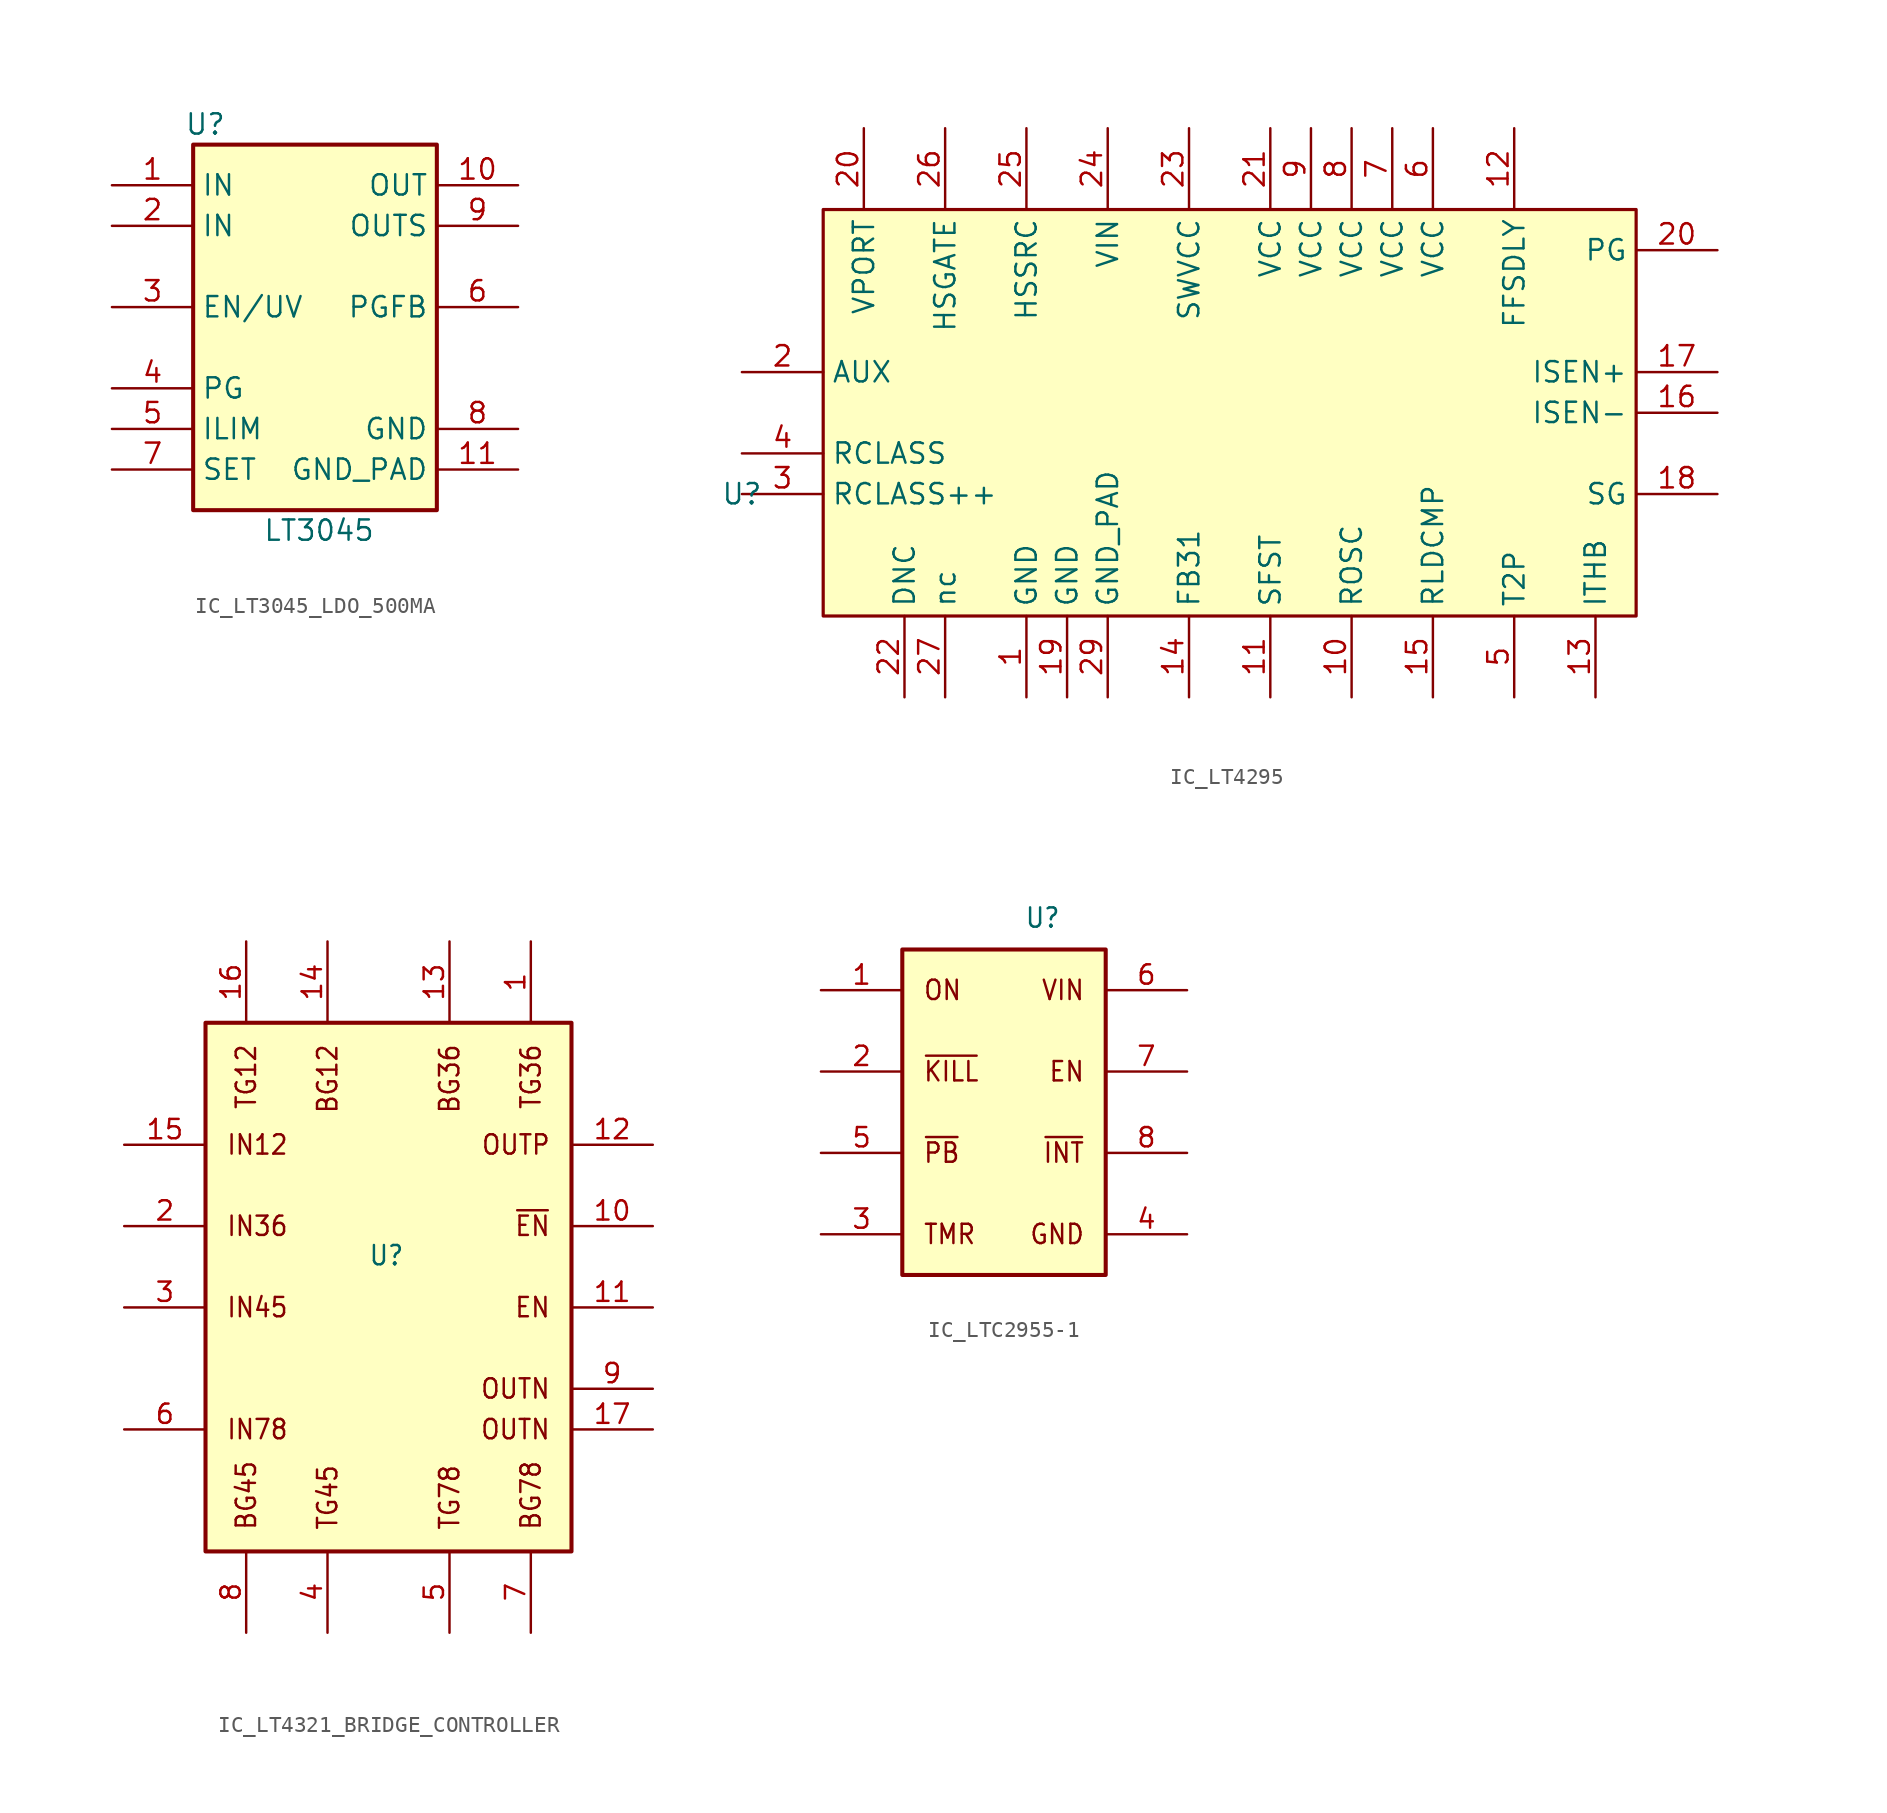
<source format=kicad_sym>
(kicad_symbol_lib
  (version 20231120)
  (generator "kicad_symbol_editor")
  (generator_version "8.0")
  (symbol "IC_LT3045_LDO_500MA"
    (property "Reference" "U"
      (at 5.842 21.59 0)
      (effects (font (size 1.27 1.27))))
    (property "Value" "LT3045"
      (at 12.954 -3.81 0)
      (effects (font (size 1.27 1.27))))
    (symbol "IC_LT3045_LDO_500MA_0_1"
      (rectangle (start 5.08 20.32) (end 20.32 -2.54) (stroke (width 0.254) (type default)) (fill (type background))))
    (symbol "IC_LT3045_LDO_500MA_1_1"
      (pin power_in line (at 0 17.78 0) (length 5.08) (name "IN" (effects (font (size 1.27 1.27)))) (number "1" (effects (font (size 1.27 1.27)))))
      (pin passive line (at 25.4 17.78 180) (length 5.08) (name "OUT" (effects (font (size 1.27 1.27)))) (number "10" (effects (font (size 1.27 1.27)))))
      (pin power_in line (at 25.4 0 180) (length 5.08) (name "GND_PAD" (effects (font (size 1.27 1.27)))) (number "11" (effects (font (size 1.27 1.27)))))
      (pin power_in line (at 0 15.24 0) (length 5.08) (name "IN" (effects (font (size 1.27 1.27)))) (number "2" (effects (font (size 1.27 1.27)))))
      (pin passive line (at 0 10.16 0) (length 5.08) (name "EN/UV" (effects (font (size 1.27 1.27)))) (number "3" (effects (font (size 1.27 1.27)))))
      (pin passive line (at 0 5.08 0) (length 5.08) (name "PG" (effects (font (size 1.27 1.27)))) (number "4" (effects (font (size 1.27 1.27)))))
      (pin passive line (at 0 2.54 0) (length 5.08) (name "ILIM" (effects (font (size 1.27 1.27)))) (number "5" (effects (font (size 1.27 1.27)))))
      (pin passive line (at 25.4 10.16 180) (length 5.08) (name "PGFB" (effects (font (size 1.27 1.27)))) (number "6" (effects (font (size 1.27 1.27)))))
      (pin passive line (at 0 0 0) (length 5.08) (name "SET" (effects (font (size 1.27 1.27)))) (number "7" (effects (font (size 1.27 1.27)))))
      (pin power_in line (at 25.4 2.54 180) (length 5.08) (name "GND" (effects (font (size 1.27 1.27)))) (number "8" (effects (font (size 1.27 1.27)))))
      (pin passive line (at 25.4 15.24 180) (length 5.08) (name "OUTS" (effects (font (size 1.27 1.27)))) (number "9" (effects (font (size 1.27 1.27)))))))
  (symbol "IC_LT4295"
    (property "Reference" "U"
      (at 0 0 0)
      (effects (font (size 1.27 1.27))))
    (property "Value" ""
      (at 30.48 5.08 0)
      (effects (font (size 1.27 1.27))))
    (symbol "IC_LT4295_1_1"
      (rectangle (start 5.08 17.78) (end 55.88 -7.62) (stroke (width 0.2) (type solid)) (fill (type background)))
      (pin passive line (at 17.78 -12.7 90) (length 5.08) (name "GND" (effects (font (size 1.27 1.27)))) (number "1" (effects (font (size 1.27 1.27)))))
      (pin passive line (at 38.1 -12.7 90) (length 5.08) (name "ROSC" (effects (font (size 1.27 1.27)))) (number "10" (effects (font (size 1.27 1.27)))))
      (pin passive line (at 33.02 -12.7 90) (length 5.08) (name "SFST" (effects (font (size 1.27 1.27)))) (number "11" (effects (font (size 1.27 1.27)))))
      (pin passive line (at 48.26 22.86 270) (length 5.08) (name "FFSDLY" (effects (font (size 1.27 1.27)))) (number "12" (effects (font (size 1.27 1.27)))))
      (pin passive line (at 53.34 -12.7 90) (length 5.08) (name "ITHB" (effects (font (size 1.27 1.27)))) (number "13" (effects (font (size 1.27 1.27)))))
      (pin passive line (at 27.94 -12.7 90) (length 5.08) (name "FB31" (effects (font (size 1.27 1.27)))) (number "14" (effects (font (size 1.27 1.27)))))
      (pin passive line (at 43.18 -12.7 90) (length 5.08) (name "RLDCMP" (effects (font (size 1.27 1.27)))) (number "15" (effects (font (size 1.27 1.27)))))
      (pin passive line (at 60.96 5.08 180) (length 5.08) (name "ISEN-" (effects (font (size 1.27 1.27)))) (number "16" (effects (font (size 1.27 1.27)))))
      (pin passive line (at 60.96 7.62 180) (length 5.08) (name "ISEN+" (effects (font (size 1.27 1.27)))) (number "17" (effects (font (size 1.27 1.27)))))
      (pin passive line (at 60.96 0 180) (length 5.08) (name "SG" (effects (font (size 1.27 1.27)))) (number "18" (effects (font (size 1.27 1.27)))))
      (pin passive line (at 20.32 -12.7 90) (length 5.08) (name "GND" (effects (font (size 1.27 1.27)))) (number "19" (effects (font (size 1.27 1.27)))))
      (pin passive line (at 0 7.62 0) (length 5.08) (name "AUX" (effects (font (size 1.27 1.27)))) (number "2" (effects (font (size 1.27 1.27)))))
      (pin passive line (at 60.96 15.24 180) (length 5.08) (name "PG" (effects (font (size 1.27 1.27)))) (number "20" (effects (font (size 1.27 1.27)))))
      (pin passive line (at 7.62 22.86 270) (length 5.08) (name "VPORT" (effects (font (size 1.27 1.27)))) (number "20" (effects (font (size 1.27 1.27)))))
      (pin passive line (at 33.02 22.86 270) (length 5.08) (name "VCC" (effects (font (size 1.27 1.27)))) (number "21" (effects (font (size 1.27 1.27)))))
      (pin passive line (at 10.16 -12.7 90) (length 5.08) (name "DNC" (effects (font (size 1.27 1.27)))) (number "22" (effects (font (size 1.27 1.27)))))
      (pin passive line (at 27.94 22.86 270) (length 5.08) (name "SWVCC" (effects (font (size 1.27 1.27)))) (number "23" (effects (font (size 1.27 1.27)))))
      (pin passive line (at 22.86 22.86 270) (length 5.08) (name "VIN" (effects (font (size 1.27 1.27)))) (number "24" (effects (font (size 1.27 1.27)))))
      (pin passive line (at 17.78 22.86 270) (length 5.08) (name "HSSRC" (effects (font (size 1.27 1.27)))) (number "25" (effects (font (size 1.27 1.27)))))
      (pin passive line (at 12.7 22.86 270) (length 5.08) (name "HSGATE" (effects (font (size 1.27 1.27)))) (number "26" (effects (font (size 1.27 1.27)))))
      (pin passive line (at 12.7 -12.7 90) (length 5.08) (name "nc" (effects (font (size 1.27 1.27)))) (number "27" (effects (font (size 1.27 1.27)))))
      (pin passive line (at 22.86 -12.7 90) (length 5.08) (name "GND_PAD" (effects (font (size 1.27 1.27)))) (number "29" (effects (font (size 1.27 1.27)))))
      (pin passive line (at 0 0 0) (length 5.08) (name "RCLASS++" (effects (font (size 1.27 1.27)))) (number "3" (effects (font (size 1.27 1.27)))))
      (pin passive line (at 0 2.54 0) (length 5.08) (name "RCLASS" (effects (font (size 1.27 1.27)))) (number "4" (effects (font (size 1.27 1.27)))))
      (pin passive line (at 48.26 -12.7 90) (length 5.08) (name "T2P" (effects (font (size 1.27 1.27)))) (number "5" (effects (font (size 1.27 1.27)))))
      (pin passive line (at 43.18 22.86 270) (length 5.08) (name "VCC" (effects (font (size 1.27 1.27)))) (number "6" (effects (font (size 1.27 1.27)))))
      (pin passive line (at 40.64 22.86 270) (length 5.08) (name "VCC" (effects (font (size 1.27 1.27)))) (number "7" (effects (font (size 1.27 1.27)))))
      (pin passive line (at 38.1 22.86 270) (length 5.08) (name "VCC" (effects (font (size 1.27 1.27)))) (number "8" (effects (font (size 1.27 1.27)))))
      (pin passive line (at 35.56 22.86 270) (length 5.08) (name "VCC" (effects (font (size 1.27 1.27)))) (number "9" (effects (font (size 1.27 1.27)))))))
  (symbol "IC_LT4321_BRIDGE_CONTROLLER"
    (property "Reference" "U"
      (at 15.24 10.16 0)
      (effects (font (size 1.206 1.092) (thickness 0.152)) (justify left bottom)))
    (property "Value" ""
      (at 0 0 0)
      (effects (font (size 1.092 1.092) (thickness 0.152)) (justify left bottom)))
    (symbol "IC_LT4321_BRIDGE_CONTROLLER_1_0"
      (polyline (pts (xy 5.08 -7.62) (xy 27.94 -7.62) (xy 27.94 25.4) (xy 5.08 25.4) (xy 5.08 -7.62)) (stroke (width 0.254) (type solid)) (fill (type background)))
      (text "BG12" (at 12.7 24.13 900) (effects (font (size 1.206 1.092) (thickness 0.152)) (justify right)))
      (text "BG36" (at 20.32 24.13 900) (effects (font (size 1.206 1.092) (thickness 0.152)) (justify right)))
      (text "BG45" (at 7.62 -6.35 900) (effects (font (size 1.206 1.092) (thickness 0.152)) (justify left)))
      (text "BG78" (at 25.4 -6.35 900) (effects (font (size 1.206 1.092) (thickness 0.152)) (justify left)))
      (text "EN" (at 26.67 7.62 0) (effects (font (size 1.206 1.092) (thickness 0.152)) (justify right)))
      (text "IN12" (at 6.35 17.78 0) (effects (font (size 1.206 1.092) (thickness 0.152)) (justify left)))
      (text "IN36" (at 6.35 12.7 0) (effects (font (size 1.206 1.092) (thickness 0.152)) (justify left)))
      (text "IN45" (at 6.35 7.62 0) (effects (font (size 1.206 1.092) (thickness 0.152)) (justify left)))
      (text "IN78" (at 6.35 0 0) (effects (font (size 1.206 1.092) (thickness 0.152)) (justify left)))
      (text "OUTN" (at 26.67 0 0) (effects (font (size 1.206 1.092) (thickness 0.152)) (justify right)))
      (text "OUTN" (at 26.67 2.54 0) (effects (font (size 1.206 1.092) (thickness 0.152)) (justify right)))
      (text "OUTP" (at 26.67 17.78 0) (effects (font (size 1.206 1.092) (thickness 0.152)) (justify right)))
      (text "TG12" (at 7.62 24.13 900) (effects (font (size 1.206 1.092) (thickness 0.152)) (justify right)))
      (text "TG36" (at 25.4 24.13 900) (effects (font (size 1.206 1.092) (thickness 0.152)) (justify right)))
      (text "TG45" (at 12.7 -6.35 900) (effects (font (size 1.206 1.092) (thickness 0.152)) (justify left)))
      (text "TG78" (at 20.32 -6.35 900) (effects (font (size 1.206 1.092) (thickness 0.152)) (justify left)))
      (text "~{EN}" (at 26.67 12.7 0) (effects (font (size 1.206 1.092) (thickness 0.152)) (justify right)))
      (pin passive line (at 25.4 30.48 270) (length 5.08) (name "" (effects (font (size 1.206 1.206)))) (number "1" (effects (font (size 1.206 1.206)))))
      (pin passive line (at 33.02 12.7 180) (length 5.08) (name "" (effects (font (size 1.206 1.206)))) (number "10" (effects (font (size 1.206 1.206)))))
      (pin passive line (at 33.02 7.62 180) (length 5.08) (name "" (effects (font (size 1.206 1.206)))) (number "11" (effects (font (size 1.206 1.206)))))
      (pin passive line (at 33.02 17.78 180) (length 5.08) (name "" (effects (font (size 1.206 1.206)))) (number "12" (effects (font (size 1.206 1.206)))))
      (pin passive line (at 20.32 30.48 270) (length 5.08) (name "" (effects (font (size 1.206 1.206)))) (number "13" (effects (font (size 1.206 1.206)))))
      (pin passive line (at 12.7 30.48 270) (length 5.08) (name "" (effects (font (size 1.206 1.206)))) (number "14" (effects (font (size 1.206 1.206)))))
      (pin passive line (at 0 17.78 0) (length 5.08) (name "" (effects (font (size 1.206 1.206)))) (number "15" (effects (font (size 1.206 1.206)))))
      (pin passive line (at 7.62 30.48 270) (length 5.08) (name "" (effects (font (size 1.206 1.206)))) (number "16" (effects (font (size 1.206 1.206)))))
      (pin passive line (at 33.02 0 180) (length 5.08) (name "" (effects (font (size 1.206 1.206)))) (number "17" (effects (font (size 1.206 1.206)))))
      (pin passive line (at 0 12.7 0) (length 5.08) (name "" (effects (font (size 1.206 1.206)))) (number "2" (effects (font (size 1.206 1.206)))))
      (pin passive line (at 0 7.62 0) (length 5.08) (name "" (effects (font (size 1.206 1.206)))) (number "3" (effects (font (size 1.206 1.206)))))
      (pin passive line (at 12.7 -12.7 90) (length 5.08) (name "" (effects (font (size 1.206 1.206)))) (number "4" (effects (font (size 1.206 1.206)))))
      (pin passive line (at 20.32 -12.7 90) (length 5.08) (name "" (effects (font (size 1.206 1.206)))) (number "5" (effects (font (size 1.206 1.206)))))
      (pin passive line (at 0 0 0) (length 5.08) (name "" (effects (font (size 1.206 1.206)))) (number "6" (effects (font (size 1.206 1.206)))))
      (pin passive line (at 25.4 -12.7 90) (length 5.08) (name "" (effects (font (size 1.206 1.206)))) (number "7" (effects (font (size 1.206 1.206)))))
      (pin passive line (at 7.62 -12.7 90) (length 5.08) (name "" (effects (font (size 1.206 1.206)))) (number "8" (effects (font (size 1.206 1.206)))))
      (pin passive line (at 33.02 2.54 180) (length 5.08) (name "" (effects (font (size 1.206 1.206)))) (number "9" (effects (font (size 1.206 1.206)))))))
  (symbol "IC_LTC2955-1"
    (property "Reference" "U"
      (at 12.7 19.05 0)
      (effects (font (size 1.206 1.092) (thickness 0.152)) (justify left bottom)))
    (property "Value" ""
      (at 0 0 0)
      (effects (font (size 1.092 1.092) (thickness 0.152)) (justify left bottom)))
    (symbol "IC_LTC2955-1_1_0"
      (polyline (pts (xy 5.08 -2.54) (xy 17.78 -2.54) (xy 17.78 17.78) (xy 5.08 17.78) (xy 5.08 -2.54)) (stroke (width 0.254) (type solid)) (fill (type background)))
      (text "EN" (at 16.51 10.16 0) (effects (font (size 1.206 1.092) (thickness 0.152)) (justify right)))
      (text "GND" (at 16.51 0 0) (effects (font (size 1.206 1.092) (thickness 0.152)) (justify right)))
      (text "ON" (at 6.35 15.24 0) (effects (font (size 1.206 1.092) (thickness 0.152)) (justify left)))
      (text "TMR" (at 6.35 0 0) (effects (font (size 1.206 1.092) (thickness 0.152)) (justify left)))
      (text "VIN" (at 16.51 15.24 0) (effects (font (size 1.206 1.092) (thickness 0.152)) (justify right)))
      (text "~{INT}" (at 16.51 5.08 0) (effects (font (size 1.206 1.092) (thickness 0.152)) (justify right)))
      (text "~{KILL}" (at 6.35 10.16 0) (effects (font (size 1.206 1.092) (thickness 0.152)) (justify left)))
      (text "~{PB}" (at 6.35 5.08 0) (effects (font (size 1.206 1.092) (thickness 0.152)) (justify left)))
      (pin passive line (at 0 15.24 0) (length 5.08) (name "" (effects (font (size 1.206 1.206)))) (number "1" (effects (font (size 1.206 1.206)))))
      (pin passive line (at 0 10.16 0) (length 5.08) (name "" (effects (font (size 1.206 1.206)))) (number "2" (effects (font (size 1.206 1.206)))))
      (pin passive line (at 0 0 0) (length 5.08) (name "" (effects (font (size 1.206 1.206)))) (number "3" (effects (font (size 1.206 1.206)))))
      (pin passive line (at 22.86 0 180) (length 5.08) (name "" (effects (font (size 1.206 1.206)))) (number "4" (effects (font (size 1.206 1.206)))))
      (pin passive line (at 0 5.08 0) (length 5.08) (name "" (effects (font (size 1.206 1.206)))) (number "5" (effects (font (size 1.206 1.206)))))
      (pin passive line (at 22.86 15.24 180) (length 5.08) (name "" (effects (font (size 1.206 1.206)))) (number "6" (effects (font (size 1.206 1.206)))))
      (pin passive line (at 22.86 10.16 180) (length 5.08) (name "" (effects (font (size 1.206 1.206)))) (number "7" (effects (font (size 1.206 1.206)))))
      (pin passive line (at 22.86 5.08 180) (length 5.08) (name "" (effects (font (size 1.206 1.206)))) (number "8" (effects (font (size 1.206 1.206))))))))
</source>
